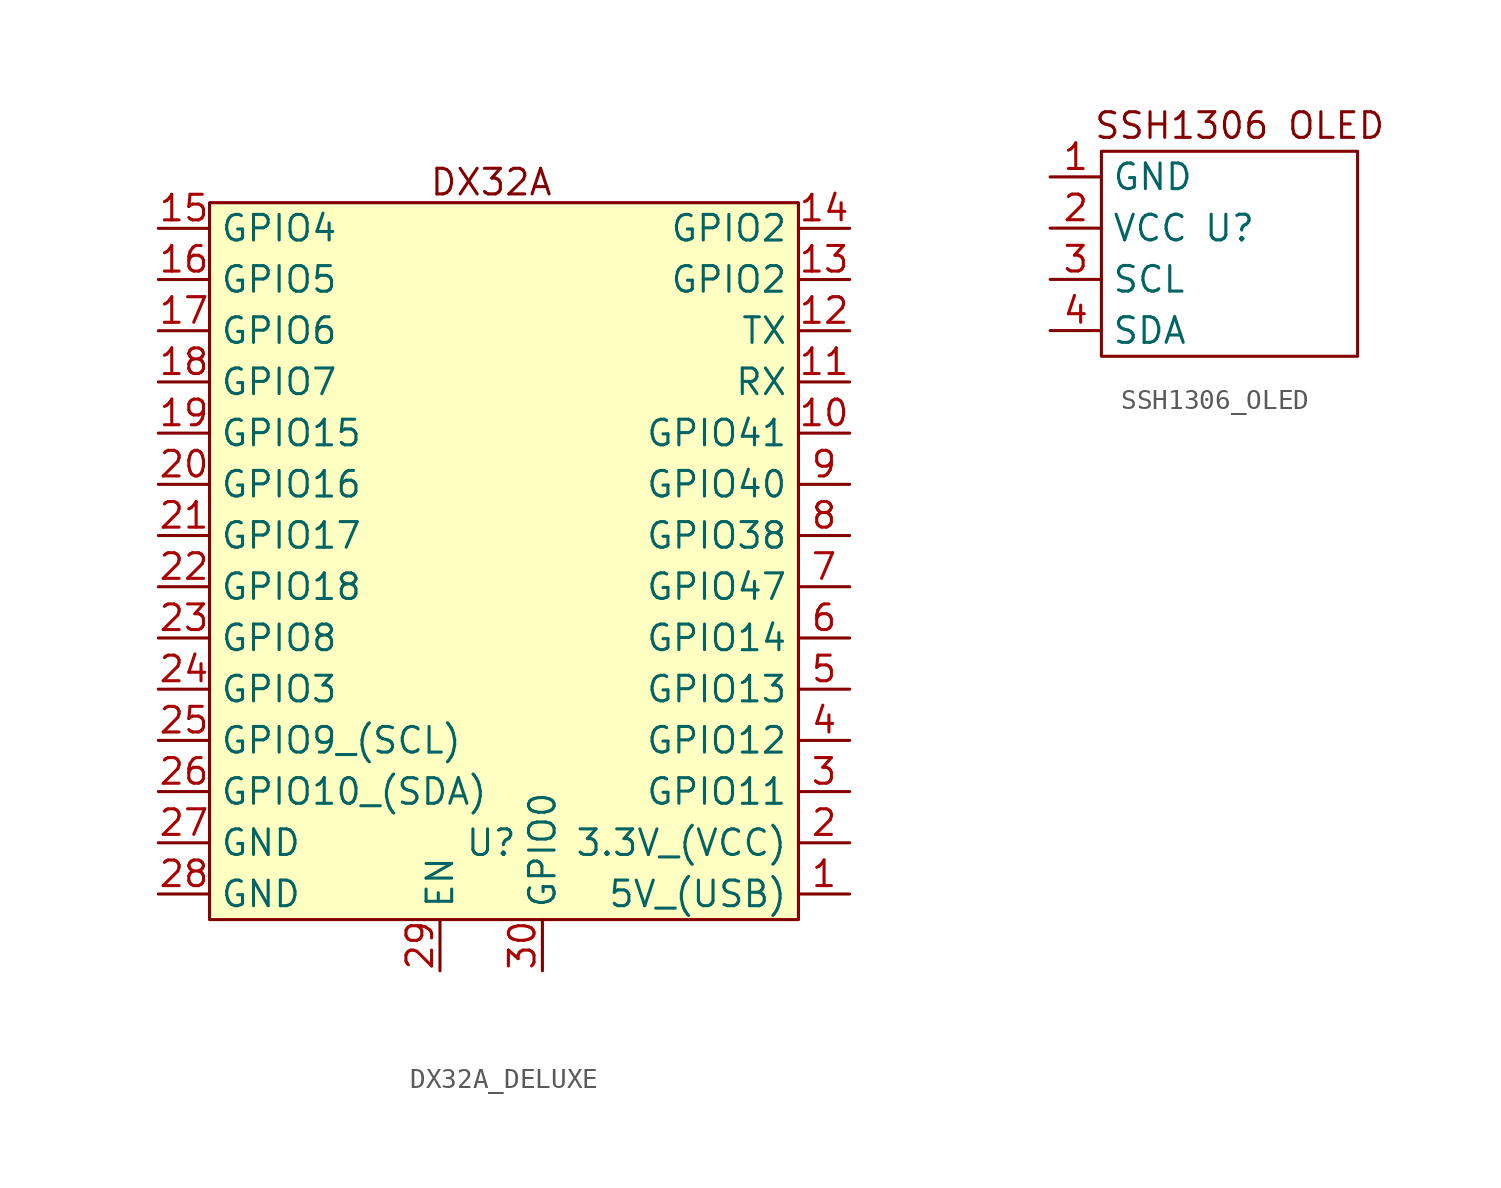
<source format=kicad_sym>
(kicad_symbol_lib
  (version 20231120)
  (generator "kicad_symbol_editor")
  (generator_version "8.0")
  (symbol "DX32A_DELUXE"
    (property "Reference" "U"
      (at 0 -12.7 0)
      (effects (font (size 1.27 1.27))))
    (property "Value" ""
      (at 0 -12.7 0)
      (effects (font (size 1.27 1.27))))
    (symbol "DX32A_DELUXE_1_1"
      (rectangle (start -13.97 19.05) (end 15.24 -16.51) (stroke (width 0) (type default)) (fill (type background)))
      (text "DX32A" (at 0 20.066 0) (effects (font (size 1.27 1.27))))
      (pin bidirectional line (at 17.78 -15.24 180) (length 2.54) (name "5V_(USB)" (effects (font (size 1.27 1.27)))) (number "1" (effects (font (size 1.27 1.27)))))
      (pin bidirectional line (at 17.78 7.62 180) (length 2.54) (name "GPIO41" (effects (font (size 1.27 1.27)))) (number "10" (effects (font (size 1.27 1.27)))))
      (pin bidirectional line (at 17.78 10.16 180) (length 2.54) (name "RX" (effects (font (size 1.27 1.27)))) (number "11" (effects (font (size 1.27 1.27)))))
      (pin bidirectional line (at 17.78 12.7 180) (length 2.54) (name "TX" (effects (font (size 1.27 1.27)))) (number "12" (effects (font (size 1.27 1.27)))))
      (pin bidirectional line (at 17.78 15.24 180) (length 2.54) (name "GPIO2" (effects (font (size 1.27 1.27)))) (number "13" (effects (font (size 1.27 1.27)))))
      (pin bidirectional line (at 17.78 17.78 180) (length 2.54) (name "GPIO2" (effects (font (size 1.27 1.27)))) (number "14" (effects (font (size 1.27 1.27)))))
      (pin bidirectional line (at -16.51 17.78 0) (length 2.54) (name "GPIO4" (effects (font (size 1.27 1.27)))) (number "15" (effects (font (size 1.27 1.27)))))
      (pin bidirectional line (at -16.51 15.24 0) (length 2.54) (name "GPIO5" (effects (font (size 1.27 1.27)))) (number "16" (effects (font (size 1.27 1.27)))))
      (pin bidirectional line (at -16.51 12.7 0) (length 2.54) (name "GPIO6" (effects (font (size 1.27 1.27)))) (number "17" (effects (font (size 1.27 1.27)))))
      (pin bidirectional line (at -16.51 10.16 0) (length 2.54) (name "GPIO7" (effects (font (size 1.27 1.27)))) (number "18" (effects (font (size 1.27 1.27)))))
      (pin bidirectional line (at -16.51 7.62 0) (length 2.54) (name "GPIO15" (effects (font (size 1.27 1.27)))) (number "19" (effects (font (size 1.27 1.27)))))
      (pin bidirectional line (at 17.78 -12.7 180) (length 2.54) (name "3.3V_(VCC)" (effects (font (size 1.27 1.27)))) (number "2" (effects (font (size 1.27 1.27)))))
      (pin bidirectional line (at -16.51 5.08 0) (length 2.54) (name "GPIO16" (effects (font (size 1.27 1.27)))) (number "20" (effects (font (size 1.27 1.27)))))
      (pin bidirectional line (at -16.51 2.54 0) (length 2.54) (name "GPIO17" (effects (font (size 1.27 1.27)))) (number "21" (effects (font (size 1.27 1.27)))))
      (pin bidirectional line (at -16.51 0 0) (length 2.54) (name "GPIO18" (effects (font (size 1.27 1.27)))) (number "22" (effects (font (size 1.27 1.27)))))
      (pin bidirectional line (at -16.51 -2.54 0) (length 2.54) (name "GPIO8" (effects (font (size 1.27 1.27)))) (number "23" (effects (font (size 1.27 1.27)))))
      (pin bidirectional line (at -16.51 -5.08 0) (length 2.54) (name "GPIO3" (effects (font (size 1.27 1.27)))) (number "24" (effects (font (size 1.27 1.27)))))
      (pin bidirectional line (at -16.51 -7.62 0) (length 2.54) (name "GPIO9_(SCL)" (effects (font (size 1.27 1.27)))) (number "25" (effects (font (size 1.27 1.27)))))
      (pin bidirectional line (at -16.51 -10.16 0) (length 2.54) (name "GPIO10_(SDA)" (effects (font (size 1.27 1.27)))) (number "26" (effects (font (size 1.27 1.27)))))
      (pin bidirectional line (at -16.51 -12.7 0) (length 2.54) (name "GND" (effects (font (size 1.27 1.27)))) (number "27" (effects (font (size 1.27 1.27)))))
      (pin bidirectional line (at -16.51 -15.24 0) (length 2.54) (name "GND" (effects (font (size 1.27 1.27)))) (number "28" (effects (font (size 1.27 1.27)))))
      (pin bidirectional line (at -2.54 -19.05 90) (length 2.54) (name "EN" (effects (font (size 1.27 1.27)))) (number "29" (effects (font (size 1.27 1.27)))))
      (pin bidirectional line (at 17.78 -10.16 180) (length 2.54) (name "GPIO11" (effects (font (size 1.27 1.27)))) (number "3" (effects (font (size 1.27 1.27)))))
      (pin bidirectional line (at 2.54 -19.05 90) (length 2.54) (name "GPIO0" (effects (font (size 1.27 1.27)))) (number "30" (effects (font (size 1.27 1.27)))))
      (pin bidirectional line (at 17.78 -7.62 180) (length 2.54) (name "GPIO12" (effects (font (size 1.27 1.27)))) (number "4" (effects (font (size 1.27 1.27)))))
      (pin bidirectional line (at 17.78 -5.08 180) (length 2.54) (name "GPIO13" (effects (font (size 1.27 1.27)))) (number "5" (effects (font (size 1.27 1.27)))))
      (pin bidirectional line (at 17.78 -2.54 180) (length 2.54) (name "GPIO14" (effects (font (size 1.27 1.27)))) (number "6" (effects (font (size 1.27 1.27)))))
      (pin bidirectional line (at 17.78 0 180) (length 2.54) (name "GPIO47" (effects (font (size 1.27 1.27)))) (number "7" (effects (font (size 1.27 1.27)))))
      (pin bidirectional line (at 17.78 2.54 180) (length 2.54) (name "GPIO38" (effects (font (size 1.27 1.27)))) (number "8" (effects (font (size 1.27 1.27)))))
      (pin bidirectional line (at 17.78 5.08 180) (length 2.54) (name "GPIO40" (effects (font (size 1.27 1.27)))) (number "9" (effects (font (size 1.27 1.27)))))))
  (symbol "SSH1306_OLED"
    (property "Reference" "U"
      (at 0 1.27 0)
      (effects (font (size 1.27 1.27))))
    (property "Value" ""
      (at 0 1.27 0)
      (effects (font (size 1.27 1.27))))
    (symbol "SSH1306_OLED_0_1"
      (rectangle (start -6.35 5.08) (end 6.35 -5.08) (stroke (width 0) (type default)) (fill (type none))))
    (symbol "SSH1306_OLED_1_1"
      (text "SSH1306 OLED" (at 0.508 6.35 0) (effects (font (size 1.27 1.27))))
      (pin input line (at -8.89 3.81 0) (length 2.54) (name "GND" (effects (font (size 1.27 1.27)))) (number "1" (effects (font (size 1.27 1.27)))))
      (pin input line (at -8.89 1.27 0) (length 2.54) (name "VCC" (effects (font (size 1.27 1.27)))) (number "2" (effects (font (size 1.27 1.27)))))
      (pin input line (at -8.89 -1.27 0) (length 2.54) (name "SCL" (effects (font (size 1.27 1.27)))) (number "3" (effects (font (size 1.27 1.27)))))
      (pin input line (at -8.89 -3.81 0) (length 2.54) (name "SDA" (effects (font (size 1.27 1.27)))) (number "4" (effects (font (size 1.27 1.27))))))))
</source>
